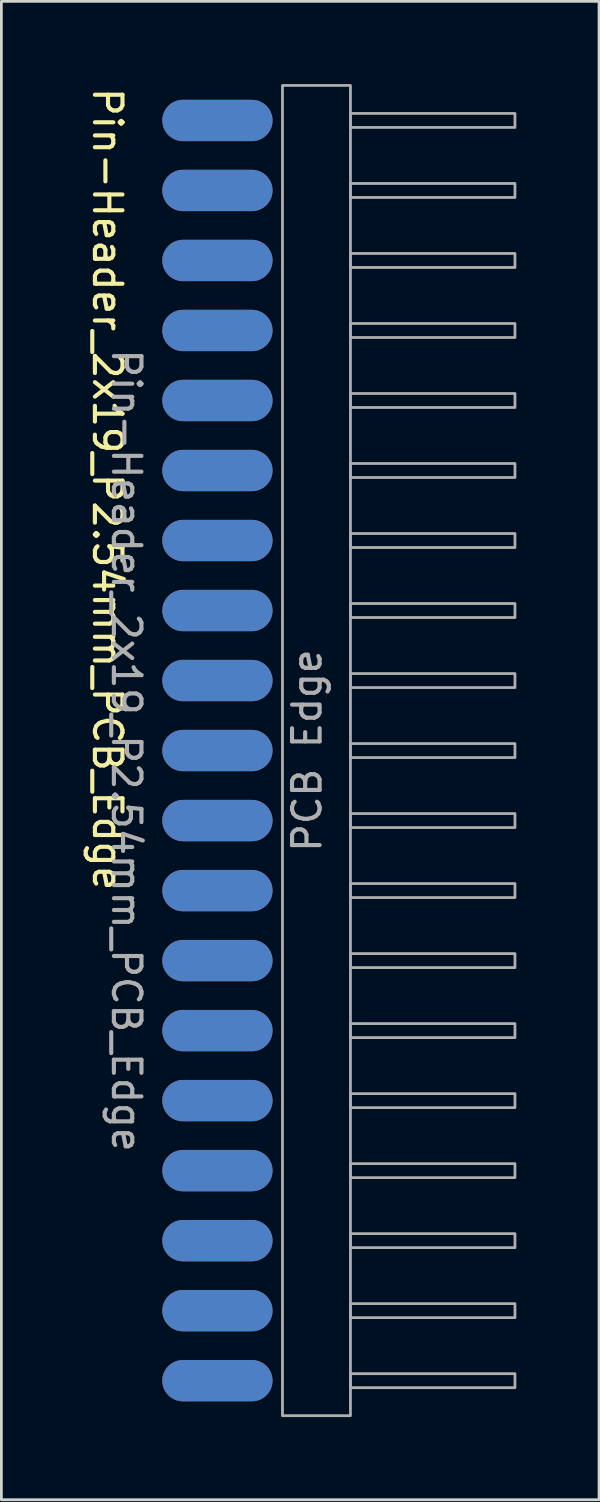
<source format=kicad_pcb>
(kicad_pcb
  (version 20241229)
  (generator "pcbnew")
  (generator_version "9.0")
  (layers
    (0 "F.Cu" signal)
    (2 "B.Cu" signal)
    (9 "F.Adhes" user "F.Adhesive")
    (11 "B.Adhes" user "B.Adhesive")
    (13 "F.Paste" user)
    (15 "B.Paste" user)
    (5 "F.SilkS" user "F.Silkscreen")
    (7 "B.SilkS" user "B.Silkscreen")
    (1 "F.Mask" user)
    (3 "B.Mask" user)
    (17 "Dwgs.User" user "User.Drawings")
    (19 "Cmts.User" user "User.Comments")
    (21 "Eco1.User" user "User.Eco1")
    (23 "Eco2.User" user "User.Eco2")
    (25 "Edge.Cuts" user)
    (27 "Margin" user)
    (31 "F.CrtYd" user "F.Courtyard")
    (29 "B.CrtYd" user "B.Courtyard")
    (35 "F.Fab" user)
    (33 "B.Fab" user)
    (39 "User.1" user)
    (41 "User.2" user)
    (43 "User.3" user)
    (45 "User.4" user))
  (footprint "Pin-Header_2x19_P2.54mm_PCB_Edge"
    (layer "F.Cu")
    (at 7.198 24.18)
    (property "Reference" "Pin-Header_2x19_P2.54mm_PCB_Edge" (at -6.35 -24.13 270) (unlocked yes) (layer "F.SilkS") (effects (font (size 1 1) (thickness 0.15)) (justify left)))
    (attr through_hole)
    (fp_rect (start 0 -24.13) (end 2.466 24.13) (stroke (width 0.1) (type default)) (fill no) (layer "F.Fab"))
    (fp_rect (start 2.466 -23.114) (end 8.435 -22.606) (stroke (width 0.1) (type default)) (fill no) (layer "F.Fab"))
    (fp_rect (start 2.466 -20.574) (end 8.435 -20.066) (stroke (width 0.1) (type default)) (fill no) (layer "F.Fab"))
    (fp_rect (start 2.466 -18.034) (end 8.435 -17.526) (stroke (width 0.1) (type default)) (fill no) (layer "F.Fab"))
    (fp_rect (start 2.466 -15.494) (end 8.435 -14.986) (stroke (width 0.1) (type default)) (fill no) (layer "F.Fab"))
    (fp_rect (start 2.466 -12.954) (end 8.435 -12.446) (stroke (width 0.1) (type default)) (fill no) (layer "F.Fab"))
    (fp_rect (start 2.466 -10.414) (end 8.435 -9.906) (stroke (width 0.1) (type default)) (fill no) (layer "F.Fab"))
    (fp_rect (start 2.466 -7.874) (end 8.435 -7.366) (stroke (width 0.1) (type default)) (fill no) (layer "F.Fab"))
    (fp_rect (start 2.466 -5.334) (end 8.435 -4.826) (stroke (width 0.1) (type default)) (fill no) (layer "F.Fab"))
    (fp_rect (start 2.466 -2.794) (end 8.435 -2.286) (stroke (width 0.1) (type default)) (fill no) (layer "F.Fab"))
    (fp_rect (start 2.466 -0.254) (end 8.435 0.254) (stroke (width 0.1) (type default)) (fill no) (layer "F.Fab"))
    (fp_rect (start 2.466 2.286) (end 8.435 2.794) (stroke (width 0.1) (type default)) (fill no) (layer "F.Fab"))
    (fp_rect (start 2.466 4.826) (end 8.435 5.334) (stroke (width 0.1) (type default)) (fill no) (layer "F.Fab"))
    (fp_rect (start 2.466 7.366) (end 8.435 7.874) (stroke (width 0.1) (type default)) (fill no) (layer "F.Fab"))
    (fp_rect (start 2.466 9.906) (end 8.435 10.414) (stroke (width 0.1) (type default)) (fill no) (layer "F.Fab"))
    (fp_rect (start 2.466 12.446) (end 8.435 12.954) (stroke (width 0.1) (type default)) (fill no) (layer "F.Fab"))
    (fp_rect (start 2.466 14.986) (end 8.435 15.494) (stroke (width 0.1) (type default)) (fill no) (layer "F.Fab"))
    (fp_rect (start 2.466 17.526) (end 8.435 18.034) (stroke (width 0.1) (type default)) (fill no) (layer "F.Fab"))
    (fp_rect (start 2.466 20.066) (end 8.435 20.574) (stroke (width 0.1) (type default)) (fill no) (layer "F.Fab"))
    (fp_rect (start 2.466 22.606) (end 8.435 23.114) (stroke (width 0.1) (type default)) (fill no) (layer "F.Fab"))
    (fp_text user "${REFERENCE}" (at -5.662 0 270) (unlocked yes) (layer "F.Fab") (effects (font (size 1 1) (thickness 0.15))))
    (fp_text user "PCB Edge" (at 0.307 0 90) (unlocked yes) (layer "F.Fab") (effects (font (size 1 1) (thickness 0.15)) (justify top)))
    (pad "1" smd oval (at -2.36 -22.86) (size 4 1.5) (layers "F.Cu" "F.Mask" "F.Paste"))
    (pad "2" smd oval (at -2.36 -22.86 180) (size 4 1.5) (layers "B.Cu" "B.Mask" "B.Paste"))
    (pad "3" smd oval (at -2.36 -20.32) (size 4 1.5) (layers "F.Cu" "F.Mask" "F.Paste"))
    (pad "4" smd oval (at -2.36 -20.32 180) (size 4 1.5) (layers "B.Cu" "B.Mask" "B.Paste"))
    (pad "5" smd oval (at -2.36 -17.78) (size 4 1.5) (layers "F.Cu" "F.Mask" "F.Paste"))
    (pad "6" smd oval (at -2.36 -17.78 180) (size 4 1.5) (layers "B.Cu" "B.Mask" "B.Paste"))
    (pad "7" smd oval (at -2.36 -15.24) (size 4 1.5) (layers "F.Cu" "F.Mask" "F.Paste"))
    (pad "8" smd oval (at -2.36 -15.24 180) (size 4 1.5) (layers "B.Cu" "B.Mask" "B.Paste"))
    (pad "9" smd oval (at -2.36 -12.7) (size 4 1.5) (layers "F.Cu" "F.Mask" "F.Paste"))
    (pad "10" smd oval (at -2.36 -12.7 180) (size 4 1.5) (layers "B.Cu" "B.Mask" "B.Paste"))
    (pad "11" smd oval (at -2.36 -10.16) (size 4 1.5) (layers "F.Cu" "F.Mask" "F.Paste"))
    (pad "12" smd oval (at -2.36 -10.16 180) (size 4 1.5) (layers "B.Cu" "B.Mask" "B.Paste"))
    (pad "13" smd oval (at -2.36 -7.62) (size 4 1.5) (layers "F.Cu" "F.Mask" "F.Paste"))
    (pad "14" smd oval (at -2.36 -7.62 180) (size 4 1.5) (layers "B.Cu" "B.Mask" "B.Paste"))
    (pad "15" smd oval (at -2.36 -5.08) (size 4 1.5) (layers "F.Cu" "F.Mask" "F.Paste"))
    (pad "16" smd oval (at -2.36 -5.08 180) (size 4 1.5) (layers "B.Cu" "B.Mask" "B.Paste"))
    (pad "17" smd oval (at -2.36 -2.54) (size 4 1.5) (layers "F.Cu" "F.Mask" "F.Paste"))
    (pad "18" smd oval (at -2.36 -2.54 180) (size 4 1.5) (layers "B.Cu" "B.Mask" "B.Paste"))
    (pad "19" smd oval (at -2.36 0) (size 4 1.5) (layers "F.Cu" "F.Mask" "F.Paste"))
    (pad "20" smd oval (at -2.36 0 180) (size 4 1.5) (layers "B.Cu" "B.Mask" "B.Paste"))
    (pad "21" smd oval (at -2.36 2.54) (size 4 1.5) (layers "F.Cu" "F.Mask" "F.Paste"))
    (pad "22" smd oval (at -2.36 2.54 180) (size 4 1.5) (layers "B.Cu" "B.Mask" "B.Paste"))
    (pad "23" smd oval (at -2.36 5.08) (size 4 1.5) (layers "F.Cu" "F.Mask" "F.Paste"))
    (pad "24" smd oval (at -2.36 5.08 180) (size 4 1.5) (layers "B.Cu" "B.Mask" "B.Paste"))
    (pad "25" smd oval (at -2.36 7.62) (size 4 1.5) (layers "F.Cu" "F.Mask" "F.Paste"))
    (pad "26" smd oval (at -2.36 7.62 180) (size 4 1.5) (layers "B.Cu" "B.Mask" "B.Paste"))
    (pad "27" smd oval (at -2.36 10.16) (size 4 1.5) (layers "F.Cu" "F.Mask" "F.Paste"))
    (pad "28" smd oval (at -2.36 10.16 180) (size 4 1.5) (layers "B.Cu" "B.Mask" "B.Paste"))
    (pad "29" smd oval (at -2.36 12.7) (size 4 1.5) (layers "F.Cu" "F.Mask" "F.Paste"))
    (pad "30" smd oval (at -2.36 12.7 180) (size 4 1.5) (layers "B.Cu" "B.Mask" "B.Paste"))
    (pad "31" smd oval (at -2.36 15.24) (size 4 1.5) (layers "F.Cu" "F.Mask" "F.Paste"))
    (pad "32" smd oval (at -2.36 15.24 180) (size 4 1.5) (layers "B.Cu" "B.Mask" "B.Paste"))
    (pad "33" smd oval (at -2.36 17.78) (size 4 1.5) (layers "F.Cu" "F.Mask" "F.Paste"))
    (pad "34" smd oval (at -2.36 17.78 180) (size 4 1.5) (layers "B.Cu" "B.Mask" "B.Paste"))
    (pad "35" smd oval (at -2.36 20.32) (size 4 1.5) (layers "F.Cu" "F.Mask" "F.Paste"))
    (pad "36" smd oval (at -2.36 20.32 180) (size 4 1.5) (layers "B.Cu" "B.Mask" "B.Paste"))
    (pad "37" smd oval (at -2.36 22.86) (size 4 1.5) (layers "F.Cu" "F.Mask" "F.Paste"))
    (pad "38" smd oval (at -2.36 22.86 180) (size 4 1.5) (layers "B.Cu" "B.Mask" "B.Paste")))
  (gr_rect
    (start -3 -3)
    (end 18.683 51.36)
    (stroke (width 0.1) (type default))
    (fill no)
    (layer "Edge.Cuts")))
</source>
